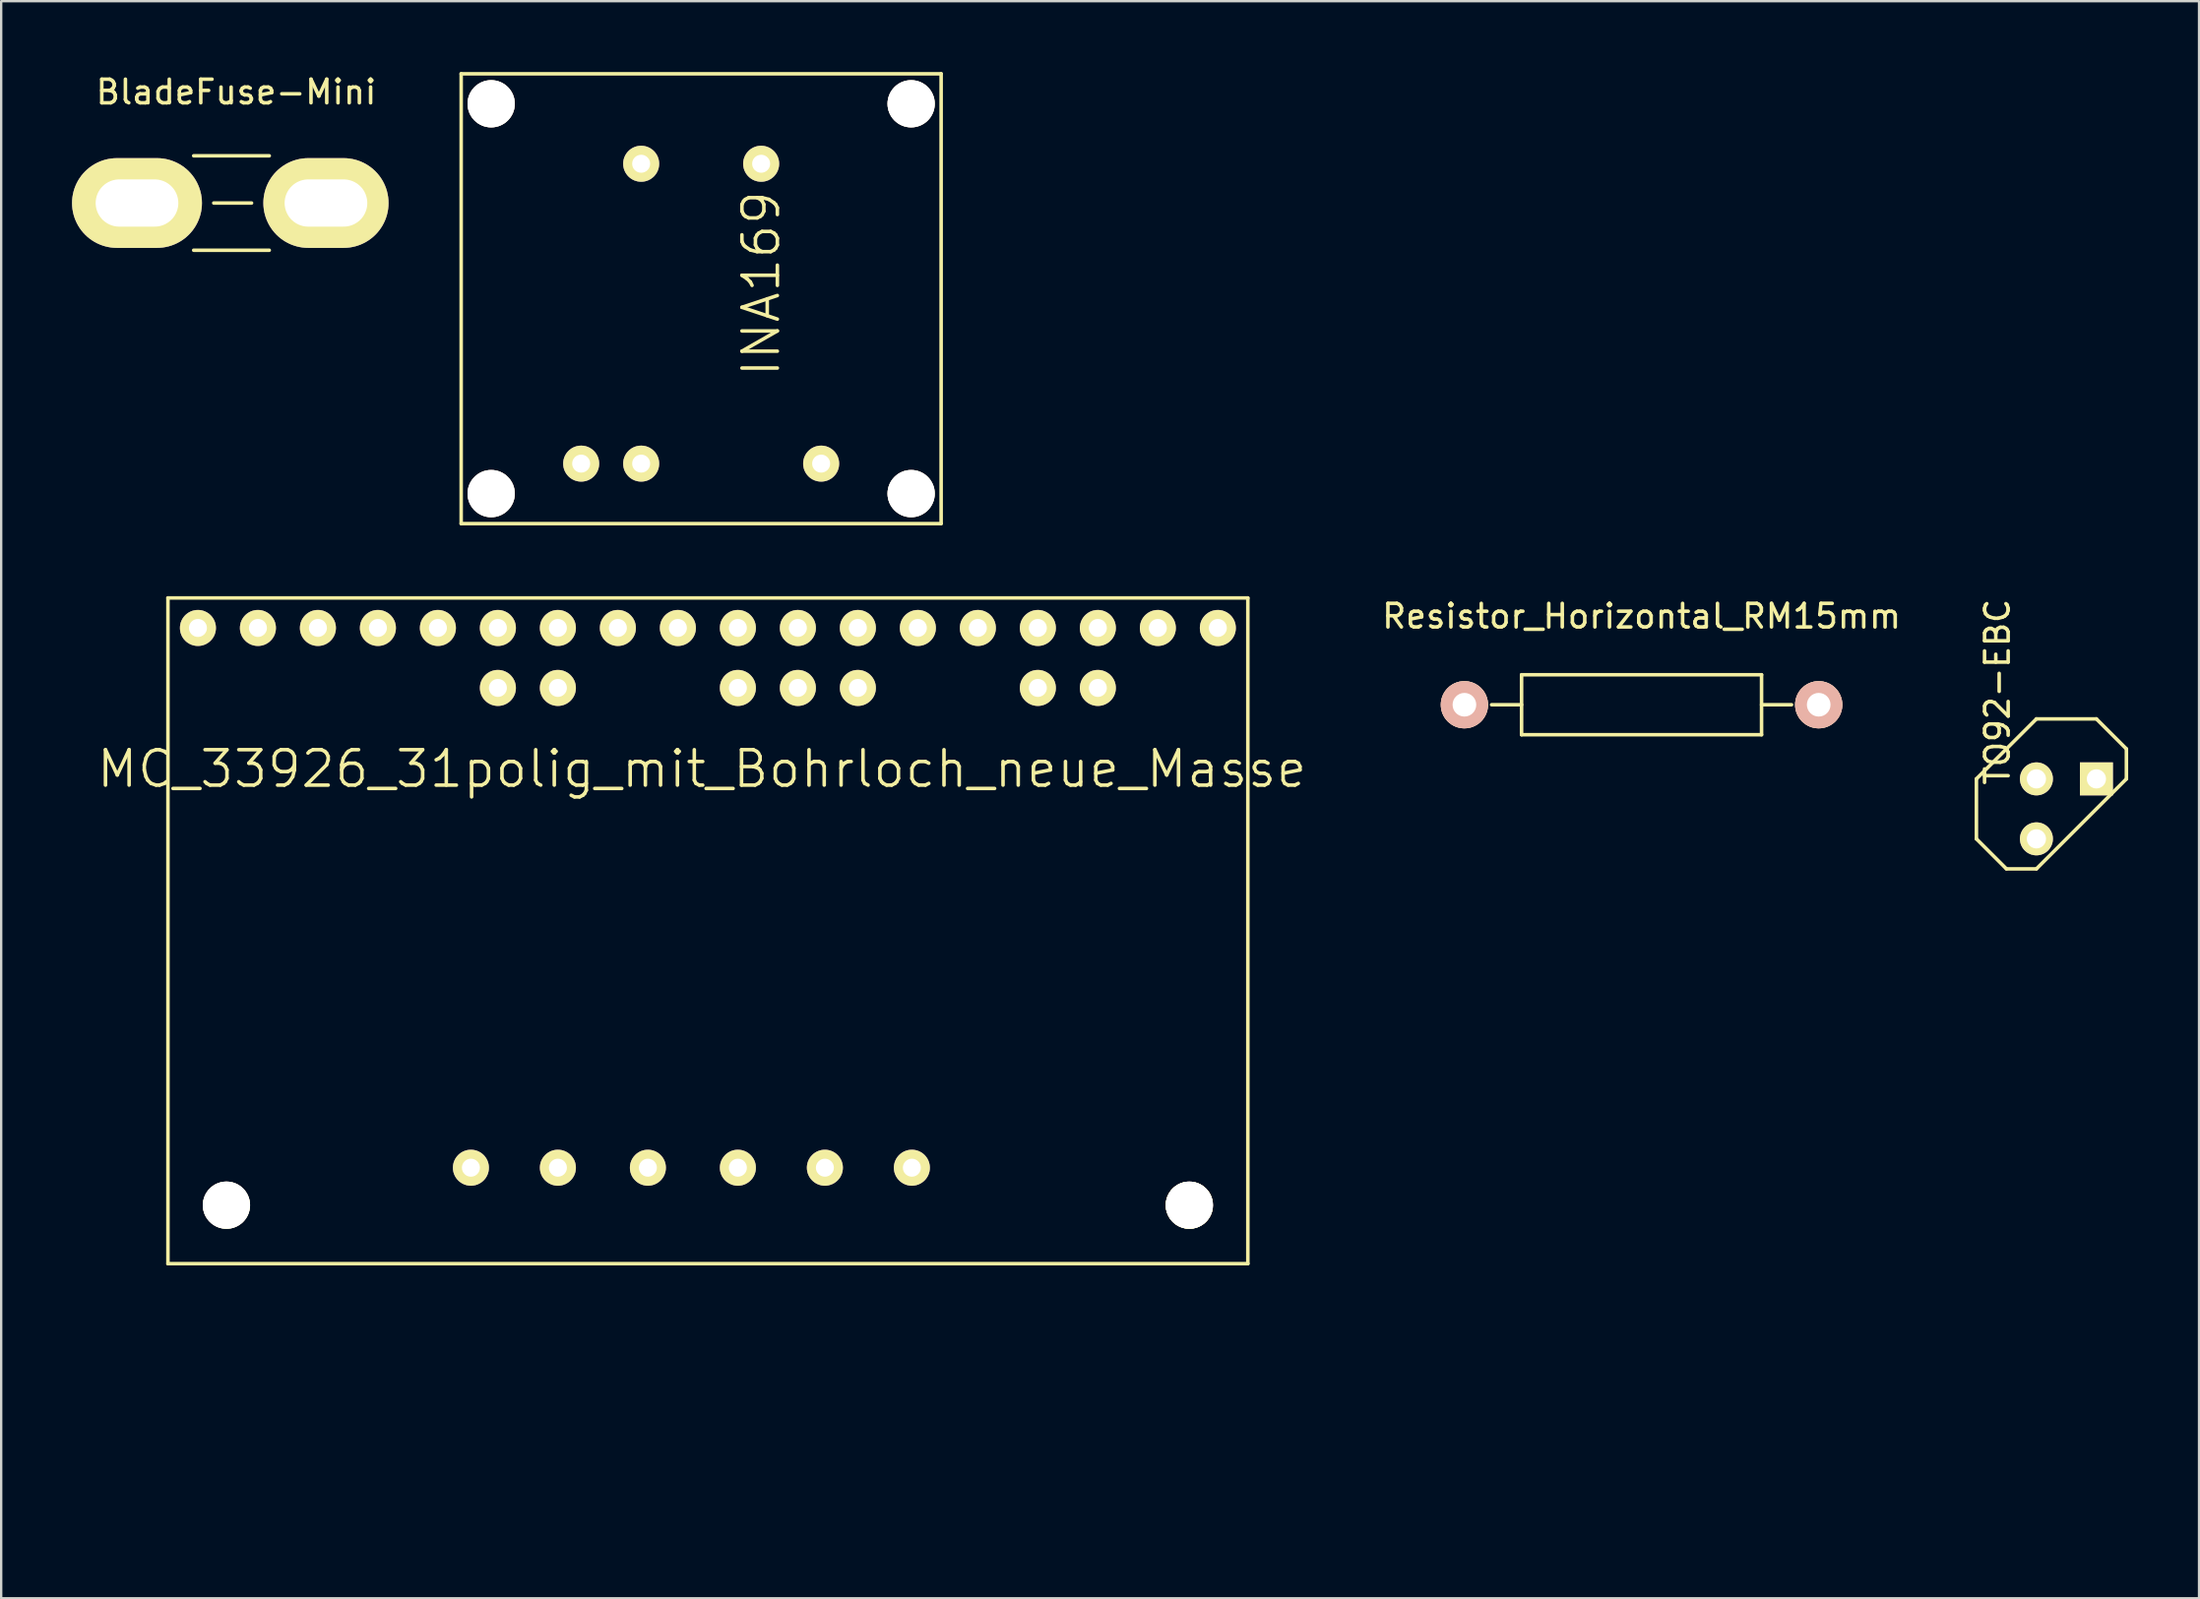
<source format=kicad_pcb>
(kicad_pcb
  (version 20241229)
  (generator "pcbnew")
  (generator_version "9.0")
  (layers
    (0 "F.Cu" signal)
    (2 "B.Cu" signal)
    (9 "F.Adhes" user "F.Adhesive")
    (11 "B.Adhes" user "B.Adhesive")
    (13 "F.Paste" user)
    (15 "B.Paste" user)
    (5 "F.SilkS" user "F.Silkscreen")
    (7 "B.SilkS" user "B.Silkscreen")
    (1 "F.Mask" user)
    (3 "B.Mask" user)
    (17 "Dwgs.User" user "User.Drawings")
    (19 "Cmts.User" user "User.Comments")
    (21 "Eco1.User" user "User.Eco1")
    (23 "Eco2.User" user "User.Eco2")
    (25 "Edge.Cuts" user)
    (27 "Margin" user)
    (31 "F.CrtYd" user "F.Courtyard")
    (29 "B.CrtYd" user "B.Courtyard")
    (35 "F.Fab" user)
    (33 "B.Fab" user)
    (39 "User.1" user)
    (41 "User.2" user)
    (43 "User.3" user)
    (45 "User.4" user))
  (footprint "BladeFuse-Mini"
    (layer "F.Cu")
    (at 6.75 5.548)
    (property "Reference" "BladeFuse-Mini" (at 0.2 -4.7 0) (layer "F.SilkS") (effects (font (size 1 1) (thickness 0.15))))
    (attr through_hole)
    (fp_line (start -1.6 -2) (end 1.6 -2) (stroke (width 0.15) (type solid)) (layer "F.SilkS"))
    (fp_line (start -0.75 0) (end 0.85 0) (stroke (width 0.15) (type solid)) (layer "F.SilkS"))
    (fp_line (start 1.6 2) (end -1.6 2) (stroke (width 0.15) (type solid)) (layer "F.SilkS"))
    (pad "1" thru_hole oval (at -4 0) (size 5.5 3.8) (drill oval 3.5 2) (layers "*.Cu" "*.Mask" "F.SilkS"))
    (pad "2" thru_hole oval (at 4 0) (size 5.3 3.8) (drill oval 3.5 2) (layers "*.Cu" "*.Mask" "F.SilkS")))
  (footprint "Resistor_Horizontal_RM15mm"
    (layer "F.Cu")
    (at 66.449 26.797)
    (property "Reference" "Resistor_Horizontal_RM15mm" (at 0 -3.749 0) (layer "F.SilkS") (effects (font (size 1 1) (thickness 0.15))))
    (attr through_hole)
    (fp_line (start -6.35 0) (end -5.08 0) (stroke (width 0.15) (type solid)) (layer "F.SilkS"))
    (fp_line (start -5.08 -1.27) (end -5.08 1.27) (stroke (width 0.15) (type solid)) (layer "F.SilkS"))
    (fp_line (start -5.08 1.27) (end 5.08 1.27) (stroke (width 0.15) (type solid)) (layer "F.SilkS"))
    (fp_line (start 5.08 -1.27) (end -5.08 -1.27) (stroke (width 0.15) (type solid)) (layer "F.SilkS"))
    (fp_line (start 5.08 1.27) (end 5.08 -1.27) (stroke (width 0.15) (type solid)) (layer "F.SilkS"))
    (fp_line (start 6.35 0) (end 5.08 0) (stroke (width 0.15) (type solid)) (layer "F.SilkS"))
    (pad "1" thru_hole circle (at -7.5 0) (size 1.999 1.999) (drill 1.001) (layers "*.Cu" "*.SilkS" "*.Mask"))
    (pad "2" thru_hole circle (at 7.5 0) (size 1.999 1.999) (drill 1.001) (layers "*.Cu" "*.SilkS" "*.Mask")))
  (footprint "TO92-EBC"
    (layer "F.Cu")
    (at 84.436 31.207)
    (property "Reference" "TO92-EBC" (at -2.921 -4.953 90) (layer "F.SilkS") (effects (font (size 1 1) (thickness 0.15))))
    (attr through_hole)
    (fp_line (start -3.81 -1.27) (end -3.81 1.27) (stroke (width 0.15) (type solid)) (layer "F.SilkS"))
    (fp_line (start -3.81 1.27) (end -2.54 2.54) (stroke (width 0.15) (type solid)) (layer "F.SilkS"))
    (fp_line (start -2.54 2.54) (end -1.27 2.54) (stroke (width 0.15) (type solid)) (layer "F.SilkS"))
    (fp_line (start -1.27 -3.81) (end -3.81 -1.27) (stroke (width 0.15) (type solid)) (layer "F.SilkS"))
    (fp_line (start -1.27 2.54) (end 2.54 -1.27) (stroke (width 0.15) (type solid)) (layer "F.SilkS"))
    (fp_line (start 1.27 -3.81) (end -1.27 -3.81) (stroke (width 0.15) (type solid)) (layer "F.SilkS"))
    (fp_line (start 2.54 -2.54) (end 1.27 -3.81) (stroke (width 0.15) (type solid)) (layer "F.SilkS"))
    (fp_line (start 2.54 -1.27) (end 2.54 -2.54) (stroke (width 0.15) (type solid)) (layer "F.SilkS"))
    (pad "B" thru_hole circle (at -1.27 -1.27) (size 1.397 1.397) (drill 0.813) (layers "*.Cu" "*.Mask" "F.SilkS"))
    (pad "C" thru_hole circle (at -1.27 1.27) (size 1.397 1.397) (drill 0.813) (layers "*.Cu" "*.Mask" "F.SilkS"))
    (pad "E" thru_hole rect (at 1.27 -1.27) (size 1.397 1.397) (drill 0.813) (layers "*.Cu" "*.Mask" "F.SilkS")))
  (footprint "MC_33926_31polig_mit_Bohrloch_neue_Masse"
    (layer "F.Cu")
    (at 0.25 61.391)
    (property "Reference" "MC_33926_31polig_mit_Bohrloch_neue_Masse" (at 26.416 -31.877 0) (layer "F.SilkS") (effects (font (size 1.5 1.5) (thickness 0.15))))
    (attr through_hole)
    (fp_line (start 3.81 -39.116) (end 49.53 -39.116) (stroke (width 0.15) (type solid)) (layer "F.SilkS"))
    (fp_line (start 3.81 -10.922) (end 3.81 -39.116) (stroke (width 0.15) (type solid)) (layer "F.SilkS"))
    (fp_line (start 49.53 -39.116) (end 49.53 -10.922) (stroke (width 0.15) (type solid)) (layer "F.SilkS"))
    (fp_line (start 49.53 -10.922) (end 3.81 -10.922) (stroke (width 0.15) (type solid)) (layer "F.SilkS"))
    (fp_circle (center 6.287 -13.399) (end 7.048 -13.906) (stroke (width 0.15) (type solid)) (fill no) (layer "F.SilkS"))
    (fp_circle (center 17.78 -35.306) (end 17.907 -35.052) (stroke (width 0.15) (type solid)) (fill no) (layer "F.SilkS"))
    (fp_circle (center 20.32 -35.306) (end 20.447 -35.052) (stroke (width 0.15) (type solid)) (fill no) (layer "F.SilkS"))
    (fp_circle (center 27.94 -35.306) (end 28.067 -35.052) (stroke (width 0.15) (type solid)) (fill no) (layer "F.SilkS"))
    (fp_circle (center 30.48 -35.306) (end 30.607 -35.052) (stroke (width 0.15) (type solid)) (fill no) (layer "F.SilkS"))
    (fp_circle (center 33.02 -35.306) (end 33.147 -35.052) (stroke (width 0.15) (type solid)) (fill no) (layer "F.SilkS"))
    (fp_circle (center 40.64 -35.306) (end 40.767 -35.052) (stroke (width 0.15) (type solid)) (fill no) (layer "F.SilkS"))
    (fp_circle (center 43.18 -35.306) (end 43.434 -35.179) (stroke (width 0.15) (type solid)) (fill no) (layer "F.SilkS"))
    (fp_circle (center 47.053 -13.399) (end 47.816 -13.906) (stroke (width 0.15) (type solid)) (fill no) (layer "F.SilkS"))
    (fp_circle (center 47.053 -13.399) (end 47.816 -13.906) (stroke (width 0.15) (type solid)) (fill no) (layer "F.SilkS"))
    (fp_circle (center 47.053 -13.399) (end 47.816 -13.906) (stroke (width 0.15) (type solid)) (fill no) (layer "F.SilkS"))
    (fp_circle (center 47.053 -13.399) (end 47.816 -13.906) (stroke (width 0.15) (type solid)) (fill no) (layer "F.SilkS"))
    (pad "1" thru_hole circle (at 5.08 -37.846) (size 1.524 1.524) (drill 0.762) (layers "*.Cu" "*.Mask" "F.SilkS"))
    (pad "2" thru_hole circle (at 7.62 -37.846) (size 1.524 1.524) (drill 0.762) (layers "*.Cu" "*.Mask" "F.SilkS"))
    (pad "3" thru_hole circle (at 10.16 -37.846) (size 1.524 1.524) (drill 0.762) (layers "*.Cu" "*.Mask" "F.SilkS"))
    (pad "4" thru_hole circle (at 12.7 -37.846) (size 1.524 1.524) (drill 0.762) (layers "*.Cu" "*.Mask" "F.SilkS"))
    (pad "5" thru_hole circle (at 15.24 -37.846) (size 1.524 1.524) (drill 0.762) (layers "*.Cu" "*.Mask" "F.SilkS"))
    (pad "6" thru_hole circle (at 17.78 -37.846) (size 1.524 1.524) (drill 0.762) (layers "*.Cu" "*.Mask" "F.SilkS"))
    (pad "7" thru_hole circle (at 20.32 -37.846) (size 1.524 1.524) (drill 0.762) (layers "*.Cu" "*.Mask" "F.SilkS"))
    (pad "8" thru_hole circle (at 22.86 -37.846) (size 1.524 1.524) (drill 0.762) (layers "*.Cu" "*.Mask" "F.SilkS"))
    (pad "9" thru_hole circle (at 25.4 -37.846) (size 1.524 1.524) (drill 0.762) (layers "*.Cu" "*.Mask" "F.SilkS"))
    (pad "10" thru_hole circle (at 27.94 -37.846) (size 1.524 1.524) (drill 0.762) (layers "*.Cu" "*.Mask" "F.SilkS"))
    (pad "11" thru_hole circle (at 30.48 -37.846) (size 1.524 1.524) (drill 0.762) (layers "*.Cu" "*.Mask" "F.SilkS"))
    (pad "12" thru_hole circle (at 33.02 -37.846) (size 1.524 1.524) (drill 0.762) (layers "*.Cu" "*.Mask" "F.SilkS"))
    (pad "13" thru_hole circle (at 35.56 -37.846) (size 1.524 1.524) (drill 0.762) (layers "*.Cu" "*.Mask" "F.SilkS"))
    (pad "14" thru_hole circle (at 38.1 -37.846) (size 1.524 1.524) (drill 0.762) (layers "*.Cu" "*.Mask" "F.SilkS"))
    (pad "15" thru_hole circle (at 40.64 -37.846) (size 1.524 1.524) (drill 0.762) (layers "*.Cu" "*.Mask" "F.SilkS"))
    (pad "16" thru_hole circle (at 43.18 -37.846) (size 1.524 1.524) (drill 0.762) (layers "*.Cu" "*.Mask" "F.SilkS"))
    (pad "17" thru_hole circle (at 45.72 -37.846) (size 1.524 1.524) (drill 0.762) (layers "*.Cu" "*.Mask" "F.SilkS"))
    (pad "18" thru_hole circle (at 48.26 -37.846) (size 1.524 1.524) (drill 0.762) (layers "*.Cu" "*.Mask" "F.SilkS"))
    (pad "19" thru_hole circle (at 16.637 -14.986) (size 1.524 1.524) (drill 0.762) (layers "*.Cu" "*.Mask" "F.SilkS"))
    (pad "20" thru_hole circle (at 20.32 -14.986) (size 1.524 1.524) (drill 0.762) (layers "*.Cu" "*.Mask" "F.SilkS"))
    (pad "21" thru_hole circle (at 24.13 -14.986) (size 1.524 1.524) (drill 0.762) (layers "*.Cu" "*.Mask" "F.SilkS"))
    (pad "22" thru_hole circle (at 27.94 -14.986) (size 1.524 1.524) (drill 0.762) (layers "*.Cu" "*.Mask" "F.SilkS"))
    (pad "23" thru_hole circle (at 31.623 -14.986) (size 1.524 1.524) (drill 0.762) (layers "*.Cu" "*.Mask" "F.SilkS"))
    (pad "24" thru_hole circle (at 35.306 -14.986) (size 1.524 1.524) (drill 0.762) (layers "*.Cu" "*.Mask" "F.SilkS"))
    (pad "25" thru_hole circle (at 17.78 -35.306) (size 1.524 1.524) (drill 0.762) (layers "*.Cu" "*.Mask" "F.SilkS"))
    (pad "26" thru_hole circle (at 20.32 -35.306) (size 1.524 1.524) (drill 0.762) (layers "*.Cu" "*.Mask" "F.SilkS"))
    (pad "27" thru_hole circle (at 27.94 -35.306) (size 1.524 1.524) (drill 0.762) (layers "*.Cu" "*.Mask" "F.SilkS"))
    (pad "28" thru_hole circle (at 30.48 -35.306) (size 1.524 1.524) (drill 0.762) (layers "*.Cu" "*.Mask" "F.SilkS"))
    (pad "29" thru_hole circle (at 33.02 -35.306) (size 1.524 1.524) (drill 0.762) (layers "*.Cu" "*.Mask" "F.SilkS"))
    (pad "30" thru_hole circle (at 40.64 -35.306) (size 1.524 1.524) (drill 0.762) (layers "*.Cu" "*.Mask" "F.SilkS"))
    (pad "31" thru_hole circle (at 43.18 -35.306) (size 1.524 1.524) (drill 0.762) (layers "*.Cu" "*.Mask" "F.SilkS"))
    (pad "~" thru_hole circle (at 6.287 -13.399) (size 2 2) (drill 2) (layers "*.Cu" "*.Mask" "F.SilkS"))
    (pad "~" thru_hole circle (at 47.053 -13.399) (size 2 2) (drill 2) (layers "*.Cu" "*.Mask" "F.SilkS")))
  (footprint "INA169"
    (layer "F.Cu")
    (at 26.635 8.965)
    (property "Reference" "INA169" (at 2.54 0 90) (layer "F.SilkS") (effects (font (size 1.5 1.5) (thickness 0.15))))
    (attr through_hole)
    (fp_line (start -10.16 -8.89) (end -10.16 10.16) (stroke (width 0.15) (type solid)) (layer "F.SilkS"))
    (fp_line (start -10.16 10.16) (end 10.16 10.16) (stroke (width 0.15) (type solid)) (layer "F.SilkS"))
    (fp_line (start 10.16 -8.89) (end -10.16 -8.89) (stroke (width 0.15) (type solid)) (layer "F.SilkS"))
    (fp_line (start 10.16 10.16) (end 10.16 -8.89) (stroke (width 0.15) (type solid)) (layer "F.SilkS"))
    (pad "" thru_hole circle (at -8.89 -7.62) (size 2 2) (drill 2) (layers "*.Cu" "*.Mask" "F.SilkS"))
    (pad "" thru_hole circle (at -8.89 8.89) (size 2 2) (drill 2) (layers "*.Cu" "*.Mask" "F.SilkS"))
    (pad "" thru_hole circle (at 8.89 -7.62) (size 2 2) (drill 2) (layers "*.Cu" "*.Mask" "F.SilkS"))
    (pad "" thru_hole circle (at 8.89 8.89) (size 2 2) (drill 2) (layers "*.Cu" "*.Mask" "F.SilkS"))
    (pad "1" thru_hole circle (at -5.08 7.62) (size 1.524 1.524) (drill 0.762) (layers "*.Cu" "*.Mask" "F.SilkS"))
    (pad "2" thru_hole circle (at -2.54 7.62) (size 1.524 1.524) (drill 0.762) (layers "*.Cu" "*.Mask" "F.SilkS"))
    (pad "3" thru_hole circle (at 5.08 7.62) (size 1.524 1.524) (drill 0.762) (layers "*.Cu" "*.Mask" "F.SilkS"))
    (pad "4" thru_hole circle (at 2.54 -5.08) (size 1.524 1.524) (drill 0.762) (layers "*.Cu" "*.Mask" "F.SilkS"))
    (pad "5" thru_hole circle (at -2.54 -5.08) (size 1.524 1.524) (drill 0.762) (layers "*.Cu" "*.Mask" "F.SilkS")))
  (gr_rect
    (start -3 -3)
    (end 90.051 64.641)
    (stroke (width 0.1) (type default))
    (fill no)
    (layer "Edge.Cuts")))
</source>
